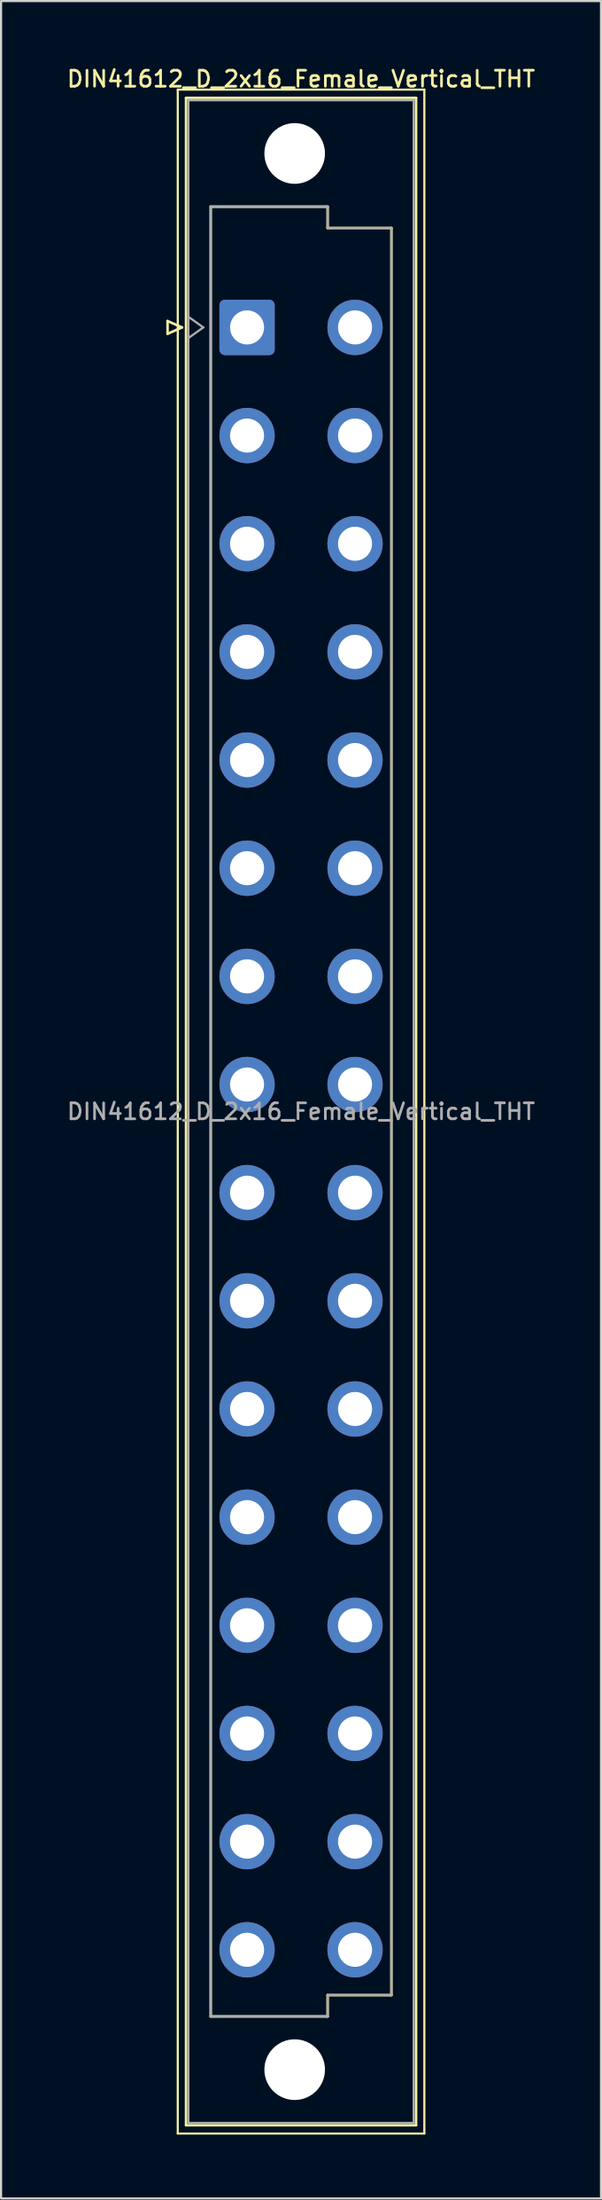
<source format=kicad_pcb>
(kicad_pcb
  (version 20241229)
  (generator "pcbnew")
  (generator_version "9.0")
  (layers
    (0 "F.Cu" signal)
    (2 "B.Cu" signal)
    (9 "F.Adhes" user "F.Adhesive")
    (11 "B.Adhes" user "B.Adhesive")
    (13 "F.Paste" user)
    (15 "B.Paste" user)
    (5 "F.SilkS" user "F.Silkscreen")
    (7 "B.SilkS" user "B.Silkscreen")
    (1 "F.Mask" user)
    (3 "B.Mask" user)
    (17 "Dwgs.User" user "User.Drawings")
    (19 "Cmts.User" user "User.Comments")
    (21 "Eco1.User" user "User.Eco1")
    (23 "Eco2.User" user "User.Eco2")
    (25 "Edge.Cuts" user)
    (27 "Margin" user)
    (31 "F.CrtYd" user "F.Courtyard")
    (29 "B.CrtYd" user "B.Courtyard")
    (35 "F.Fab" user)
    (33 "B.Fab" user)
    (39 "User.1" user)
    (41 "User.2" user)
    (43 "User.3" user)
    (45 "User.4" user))
  (footprint "DIN41612_D_2x16_Female_Vertical_THT"
    (layer "F.Cu")
    (at 8.573 9.788)
    (property "Reference" "DIN41612_D_2x16_Female_Vertical_THT" (at 2.54 -9.13 0) (layer "F.SilkS") (effects (font (size 0.75 0.75) (thickness 0.125))))
    (attr through_hole)
    (fp_line (start -3.74 2.24) (end -3.74 2.84) (stroke (width 0.12) (type solid)) (layer "F.SilkS"))
    (fp_line (start -3.74 2.84) (end -3.06 2.54) (stroke (width 0.12) (type solid)) (layer "F.SilkS"))
    (fp_line (start -3.26 -8.63) (end 8.34 -8.63) (stroke (width 0.1) (type solid)) (layer "F.SilkS"))
    (fp_line (start -3.26 87.37) (end -3.26 -8.63) (stroke (width 0.1) (type solid)) (layer "F.SilkS"))
    (fp_line (start -3.06 2.54) (end -3.74 2.24) (stroke (width 0.12) (type solid)) (layer "F.SilkS"))
    (fp_line (start -2.87 -8.24) (end 7.95 -8.24) (stroke (width 0.12) (type solid)) (layer "F.SilkS"))
    (fp_line (start -2.87 86.98) (end -2.87 -8.24) (stroke (width 0.12) (type solid)) (layer "F.SilkS"))
    (fp_line (start -1.71 -3.131) (end 3.79 -3.131) (stroke (width 0.12) (type solid)) (layer "F.SilkS"))
    (fp_line (start -1.71 81.87) (end -1.71 -3.131) (stroke (width 0.12) (type solid)) (layer "F.SilkS"))
    (fp_line (start 3.79 -3.131) (end 3.79 -2.131) (stroke (width 0.12) (type solid)) (layer "F.SilkS"))
    (fp_line (start 3.79 -2.131) (end 6.79 -2.131) (stroke (width 0.12) (type solid)) (layer "F.SilkS"))
    (fp_line (start 3.79 80.87) (end 3.79 81.87) (stroke (width 0.12) (type solid)) (layer "F.SilkS"))
    (fp_line (start 3.79 81.87) (end -1.71 81.87) (stroke (width 0.12) (type solid)) (layer "F.SilkS"))
    (fp_line (start 6.79 -2.131) (end 6.79 80.87) (stroke (width 0.12) (type solid)) (layer "F.SilkS"))
    (fp_line (start 6.79 80.87) (end 3.79 80.87) (stroke (width 0.12) (type solid)) (layer "F.SilkS"))
    (fp_line (start 7.95 -8.24) (end 7.95 86.98) (stroke (width 0.12) (type solid)) (layer "F.SilkS"))
    (fp_line (start 7.95 86.98) (end -2.87 86.98) (stroke (width 0.12) (type solid)) (layer "F.SilkS"))
    (fp_line (start 8.34 -8.63) (end 8.34 87.37) (stroke (width 0.1) (type solid)) (layer "F.SilkS"))
    (fp_line (start 8.34 87.37) (end -3.26 87.37) (stroke (width 0.1) (type solid)) (layer "F.SilkS"))
    (fp_line (start -2.76 -8.13) (end 7.84 -8.13) (stroke (width 0.1) (type solid)) (layer "F.Fab"))
    (fp_line (start -2.76 2.04) (end -2.06 2.54) (stroke (width 0.1) (type solid)) (layer "F.Fab"))
    (fp_line (start -2.76 86.87) (end -2.76 -8.13) (stroke (width 0.1) (type solid)) (layer "F.Fab"))
    (fp_line (start -2.06 2.54) (end -2.76 3.04) (stroke (width 0.1) (type solid)) (layer "F.Fab"))
    (fp_line (start -1.71 -3.13) (end 3.79 -3.13) (stroke (width 0.1) (type solid)) (layer "F.Fab"))
    (fp_line (start -1.71 81.87) (end -1.71 -3.13) (stroke (width 0.1) (type solid)) (layer "F.Fab"))
    (fp_line (start 3.79 -3.13) (end 3.79 -2.13) (stroke (width 0.1) (type solid)) (layer "F.Fab"))
    (fp_line (start 3.79 -2.13) (end 6.79 -2.13) (stroke (width 0.1) (type solid)) (layer "F.Fab"))
    (fp_line (start 3.79 80.87) (end 3.79 81.87) (stroke (width 0.1) (type solid)) (layer "F.Fab"))
    (fp_line (start 3.79 81.87) (end -1.71 81.87) (stroke (width 0.1) (type solid)) (layer "F.Fab"))
    (fp_line (start 6.79 -2.13) (end 6.79 80.87) (stroke (width 0.1) (type solid)) (layer "F.Fab"))
    (fp_line (start 6.79 80.87) (end 3.79 80.87) (stroke (width 0.1) (type solid)) (layer "F.Fab"))
    (fp_line (start 7.84 -8.13) (end 7.84 86.87) (stroke (width 0.1) (type solid)) (layer "F.Fab"))
    (fp_line (start 7.84 86.87) (end -2.76 86.87) (stroke (width 0.1) (type solid)) (layer "F.Fab"))
    (fp_text user "${REFERENCE}" (at 2.54 39.37 0) (layer "F.Fab") (effects (font (size 0.75 0.75) (thickness 0.125))))
    (pad "" np_thru_hole circle (at 2.24 -5.63) (size 2.85 2.85) (drill 2.85) (layers "*.Cu" "*.Mask"))
    (pad "" np_thru_hole circle (at 2.24 84.37) (size 2.85 2.85) (drill 2.85) (layers "*.Cu" "*.Mask"))
    (pad "a2" thru_hole roundrect (at 0 2.54) (size 2.6 2.6) (drill 1.6) (layers "*.Cu" "*.Mask") (roundrect_rratio 0.096))
    (pad "a4" thru_hole circle (at 0 7.62) (size 2.6 2.6) (drill 1.6) (layers "*.Cu" "*.Mask"))
    (pad "a6" thru_hole circle (at 0 12.7) (size 2.6 2.6) (drill 1.6) (layers "*.Cu" "*.Mask"))
    (pad "a8" thru_hole circle (at 0 17.78) (size 2.6 2.6) (drill 1.6) (layers "*.Cu" "*.Mask"))
    (pad "a10" thru_hole circle (at 0 22.86) (size 2.6 2.6) (drill 1.6) (layers "*.Cu" "*.Mask"))
    (pad "a12" thru_hole circle (at 0 27.94) (size 2.6 2.6) (drill 1.6) (layers "*.Cu" "*.Mask"))
    (pad "a14" thru_hole circle (at 0 33.02) (size 2.6 2.6) (drill 1.6) (layers "*.Cu" "*.Mask"))
    (pad "a16" thru_hole circle (at 0 38.1) (size 2.6 2.6) (drill 1.6) (layers "*.Cu" "*.Mask"))
    (pad "a18" thru_hole circle (at 0 43.18) (size 2.6 2.6) (drill 1.6) (layers "*.Cu" "*.Mask"))
    (pad "a20" thru_hole circle (at 0 48.26) (size 2.6 2.6) (drill 1.6) (layers "*.Cu" "*.Mask"))
    (pad "a22" thru_hole circle (at 0 53.34) (size 2.6 2.6) (drill 1.6) (layers "*.Cu" "*.Mask"))
    (pad "a24" thru_hole circle (at 0 58.42) (size 2.6 2.6) (drill 1.6) (layers "*.Cu" "*.Mask"))
    (pad "a26" thru_hole circle (at 0 63.5) (size 2.6 2.6) (drill 1.6) (layers "*.Cu" "*.Mask"))
    (pad "a28" thru_hole circle (at 0 68.58) (size 2.6 2.6) (drill 1.6) (layers "*.Cu" "*.Mask"))
    (pad "a30" thru_hole circle (at 0 73.66) (size 2.6 2.6) (drill 1.6) (layers "*.Cu" "*.Mask"))
    (pad "a32" thru_hole circle (at 0 78.74) (size 2.6 2.6) (drill 1.6) (layers "*.Cu" "*.Mask"))
    (pad "c2" thru_hole circle (at 5.08 2.54) (size 2.6 2.6) (drill 1.6) (layers "*.Cu" "*.Mask"))
    (pad "c4" thru_hole circle (at 5.08 7.62) (size 2.6 2.6) (drill 1.6) (layers "*.Cu" "*.Mask"))
    (pad "c6" thru_hole circle (at 5.08 12.7) (size 2.6 2.6) (drill 1.6) (layers "*.Cu" "*.Mask"))
    (pad "c8" thru_hole circle (at 5.08 17.78) (size 2.6 2.6) (drill 1.6) (layers "*.Cu" "*.Mask"))
    (pad "c10" thru_hole circle (at 5.08 22.86) (size 2.6 2.6) (drill 1.6) (layers "*.Cu" "*.Mask"))
    (pad "c12" thru_hole circle (at 5.08 27.94) (size 2.6 2.6) (drill 1.6) (layers "*.Cu" "*.Mask"))
    (pad "c14" thru_hole circle (at 5.08 33.02) (size 2.6 2.6) (drill 1.6) (layers "*.Cu" "*.Mask"))
    (pad "c16" thru_hole circle (at 5.08 38.1) (size 2.6 2.6) (drill 1.6) (layers "*.Cu" "*.Mask"))
    (pad "c18" thru_hole circle (at 5.08 43.18) (size 2.6 2.6) (drill 1.6) (layers "*.Cu" "*.Mask"))
    (pad "c20" thru_hole circle (at 5.08 48.26) (size 2.6 2.6) (drill 1.6) (layers "*.Cu" "*.Mask"))
    (pad "c22" thru_hole circle (at 5.08 53.34) (size 2.6 2.6) (drill 1.6) (layers "*.Cu" "*.Mask"))
    (pad "c24" thru_hole circle (at 5.08 58.42) (size 2.6 2.6) (drill 1.6) (layers "*.Cu" "*.Mask"))
    (pad "c26" thru_hole circle (at 5.08 63.5) (size 2.6 2.6) (drill 1.6) (layers "*.Cu" "*.Mask"))
    (pad "c28" thru_hole circle (at 5.08 68.58) (size 2.6 2.6) (drill 1.6) (layers "*.Cu" "*.Mask"))
    (pad "c30" thru_hole circle (at 5.08 73.66) (size 2.6 2.6) (drill 1.6) (layers "*.Cu" "*.Mask"))
    (pad "c32" thru_hole circle (at 5.08 78.74) (size 2.6 2.6) (drill 1.6) (layers "*.Cu" "*.Mask")))
  (gr_rect
    (start -3 -3)
    (end 25.225 100.208)
    (stroke (width 0.1) (type default))
    (fill no)
    (layer "Edge.Cuts")))
</source>
